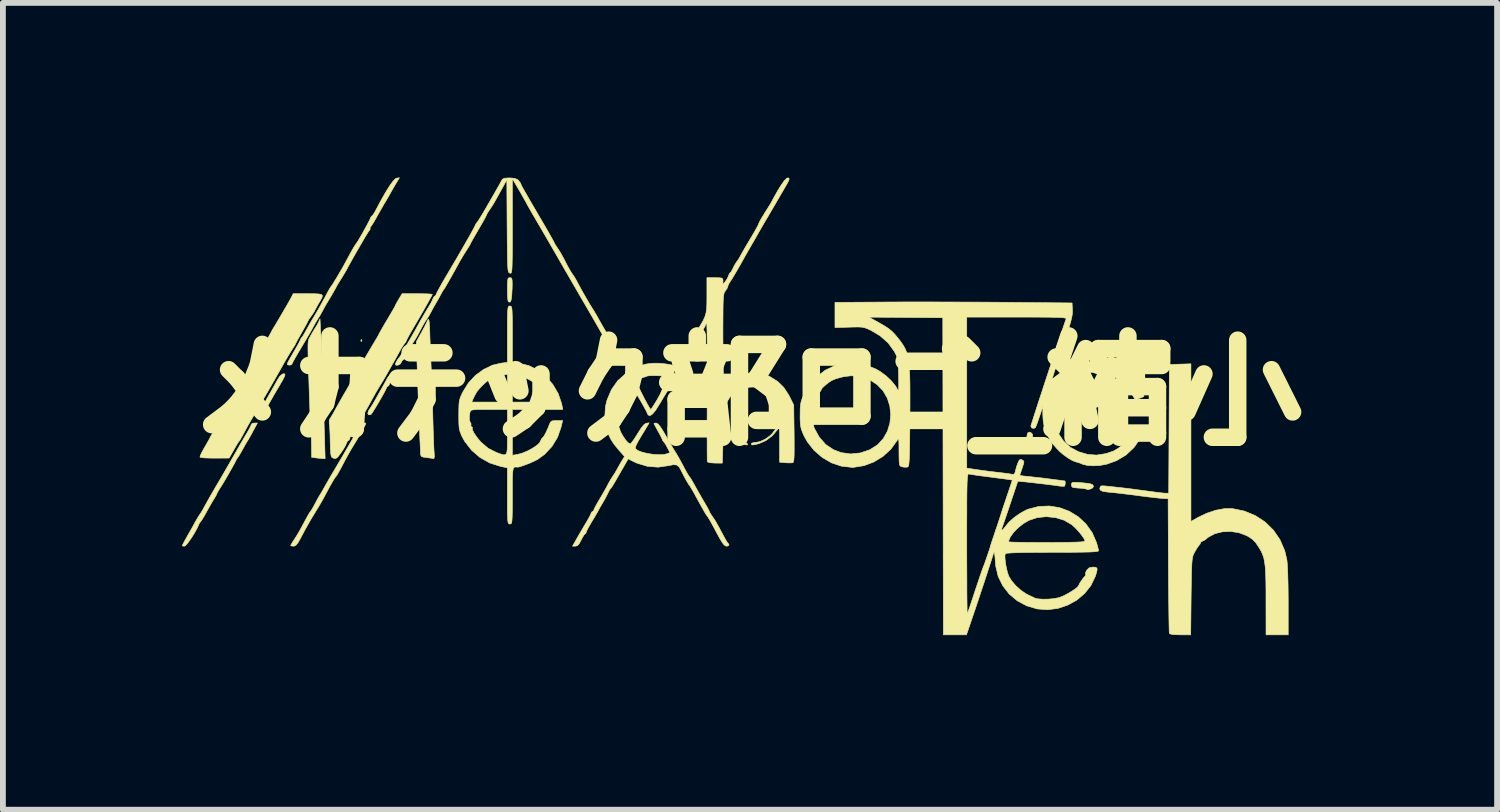
<source format=kicad_pcb>
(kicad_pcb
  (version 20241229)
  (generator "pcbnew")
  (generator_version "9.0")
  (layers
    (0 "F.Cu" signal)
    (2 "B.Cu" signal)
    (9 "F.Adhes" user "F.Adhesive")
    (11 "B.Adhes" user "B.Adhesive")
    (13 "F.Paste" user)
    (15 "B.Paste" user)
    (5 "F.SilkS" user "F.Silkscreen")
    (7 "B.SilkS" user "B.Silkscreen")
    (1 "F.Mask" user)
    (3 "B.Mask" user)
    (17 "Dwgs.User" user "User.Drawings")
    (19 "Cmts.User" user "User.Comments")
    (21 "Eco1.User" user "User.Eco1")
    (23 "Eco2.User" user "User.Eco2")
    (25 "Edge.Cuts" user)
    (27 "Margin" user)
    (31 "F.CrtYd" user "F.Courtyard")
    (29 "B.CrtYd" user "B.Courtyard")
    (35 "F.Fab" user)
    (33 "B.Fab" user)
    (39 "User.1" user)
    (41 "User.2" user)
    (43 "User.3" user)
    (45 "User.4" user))
  (footprint "メカテック部ロゴ_縮小"
    (layer "F.Cu")
    (at 9.841 3.776)
    (property "Reference" "メカテック部ロゴ_縮小" (at 0 0 0) (layer "F.SilkS") (effects (font (size 1.524 1.524) (thickness 0.3))))
    (attr through_hole)
    (fp_poly (pts (xy -6.675 -0.988) (xy -6.672 -0.963) (xy -6.675 -0.96) (xy -6.687 -0.962) (xy -6.689 -0.974) (xy -6.681 -0.991) (xy -6.675 -0.988)) (stroke (width 0.01) (type solid)) (fill yes) (layer "F.SilkS"))
    (fp_poly (pts (xy -0.178 0.749) (xy -0.131 0.765) (xy -0.093 0.775) (xy -0.055 0.791) (xy -0.042 0.807) (xy -0.046 0.82) (xy -0.065 0.821) (xy -0.11 0.81) (xy -0.143 0.799) (xy -0.189 0.779) (xy -0.211 0.759) (xy -0.212 0.757) (xy -0.196 0.746) (xy -0.178 0.749)) (stroke (width 0.01) (type solid)) (fill yes) (layer "F.SilkS"))
    (fp_poly (pts (xy -4.107 -2.051) (xy -4.095 -2.038) (xy -4.089 -2.007) (xy -4.087 -1.95) (xy -4.089 -1.859) (xy -4.09 -1.849) (xy -4.096 -1.738) (xy -4.107 -1.667) (xy -4.123 -1.634) (xy -4.147 -1.636) (xy -4.155 -1.644) (xy -4.162 -1.67) (xy -4.167 -1.728) (xy -4.169 -1.809) (xy -4.17 -1.856) (xy -4.169 -1.948) (xy -4.166 -2.006) (xy -4.159 -2.038) (xy -4.146 -2.051) (xy -4.127 -2.053) (xy -4.107 -2.051)) (stroke (width 0.01) (type solid)) (fill yes) (layer "F.SilkS"))
    (fp_poly (pts (xy 4.84 0.619) (xy 4.855 0.64) (xy 4.858 0.67) (xy 4.847 0.718) (xy 4.825 0.785) (xy 4.795 0.871) (xy 4.774 0.924) (xy 4.755 0.951) (xy 4.736 0.96) (xy 4.715 0.957) (xy 4.69 0.949) (xy 4.681 0.93) (xy 4.687 0.894) (xy 4.708 0.83) (xy 4.72 0.799) (xy 4.744 0.731) (xy 4.759 0.675) (xy 4.762 0.652) (xy 4.776 0.61) (xy 4.81 0.601) (xy 4.84 0.619)) (stroke (width 0.01) (type solid)) (fill yes) (layer "F.SilkS"))
    (fp_poly (pts (xy 5.628 1.465) (xy 5.681 1.469) (xy 5.784 1.479) (xy 5.851 1.49) (xy 5.889 1.506) (xy 5.902 1.527) (xy 5.901 1.543) (xy 5.878 1.567) (xy 5.835 1.584) (xy 5.793 1.587) (xy 5.777 1.579) (xy 5.752 1.573) (xy 5.698 1.566) (xy 5.646 1.563) (xy 5.577 1.557) (xy 5.541 1.548) (xy 5.527 1.53) (xy 5.524 1.507) (xy 5.526 1.482) (xy 5.538 1.468) (xy 5.569 1.463) (xy 5.628 1.465)) (stroke (width 0.01) (type solid)) (fill yes) (layer "F.SilkS"))
    (fp_poly (pts (xy -6.149 -0.318) (xy -6.18 -0.263) (xy -6.199 -0.222) (xy -6.202 -0.212) (xy -6.217 -0.191) (xy -6.222 -0.191) (xy -6.242 -0.173) (xy -6.256 -0.143) (xy -6.272 -0.108) (xy -6.304 -0.049) (xy -6.347 0.027) (xy -6.394 0.108) (xy -6.441 0.186) (xy -6.481 0.25) (xy -6.509 0.291) (xy -6.516 0.299) (xy -6.546 0.305) (xy -6.555 0.303) (xy -6.57 0.279) (xy -6.558 0.235) (xy -6.529 0.191) (xy -6.506 0.156) (xy -6.471 0.098) (xy -6.433 0.032) (xy -6.388 -0.049) (xy -6.343 -0.129) (xy -6.314 -0.18) (xy -6.275 -0.25) (xy -6.238 -0.319) (xy -6.23 -0.333) (xy -6.189 -0.387) (xy -6.145 -0.402) (xy -6.095 -0.402) (xy -6.149 -0.318)) (stroke (width 0.01) (type solid)) (fill yes) (layer "F.SilkS"))
    (fp_poly (pts (xy -7.997 -0.399) (xy -7.992 -0.384) (xy -8.003 -0.352) (xy -8.031 -0.298) (xy -8.078 -0.215) (xy -8.096 -0.185) (xy -8.142 -0.107) (xy -8.183 -0.037) (xy -8.211 0.013) (xy -8.213 0.016) (xy -8.238 0.059) (xy -8.272 0.119) (xy -8.309 0.183) (xy -8.342 0.241) (xy -8.366 0.281) (xy -8.372 0.292) (xy -8.394 0.3) (xy -8.42 0.306) (xy -8.452 0.305) (xy -8.452 0.281) (xy -8.452 0.279) (xy -8.427 0.231) (xy -8.413 0.212) (xy -8.389 0.176) (xy -8.354 0.118) (xy -8.33 0.074) (xy -8.284 -0.01) (xy -8.232 -0.101) (xy -8.211 -0.138) (xy -8.174 -0.204) (xy -8.142 -0.261) (xy -8.129 -0.286) (xy -8.084 -0.358) (xy -8.037 -0.397) (xy -8.015 -0.402) (xy -7.997 -0.399)) (stroke (width 0.01) (type solid)) (fill yes) (layer "F.SilkS"))
    (fp_poly (pts (xy -5.52 -1.327) (xy -5.513 -1.28) (xy -5.508 -1.21) (xy -5.508 -1.2) (xy -5.505 -1.133) (xy -5.502 -1.033) (xy -5.497 -0.908) (xy -5.491 -0.767) (xy -5.485 -0.618) (xy -5.483 -0.561) (xy -5.475 -0.38) (xy -5.468 -0.176) (xy -5.461 0.036) (xy -5.454 0.238) (xy -5.45 0.402) (xy -5.446 0.546) (xy -5.441 0.68) (xy -5.437 0.798) (xy -5.433 0.892) (xy -5.429 0.954) (xy -5.428 0.968) (xy -5.426 1.022) (xy -5.431 1.052) (xy -5.435 1.055) (xy -5.463 1.051) (xy -5.519 1.044) (xy -5.556 1.039) (xy -5.619 1.03) (xy -5.65 1.017) (xy -5.662 0.99) (xy -5.664 0.953) (xy -5.666 0.904) (xy -5.669 0.824) (xy -5.674 0.722) (xy -5.679 0.608) (xy -5.68 0.582) (xy -5.69 0.346) (xy -5.7 0.074) (xy -5.711 -0.228) (xy -5.722 -0.555) (xy -5.726 -0.662) (xy -5.735 -0.954) (xy -5.64 -1.125) (xy -5.599 -1.202) (xy -5.567 -1.265) (xy -5.548 -1.305) (xy -5.546 -1.314) (xy -5.531 -1.34) (xy -5.529 -1.341) (xy -5.52 -1.327)) (stroke (width 0.01) (type solid)) (fill yes) (layer "F.SilkS"))
    (fp_poly (pts (xy -7.388 -1.291) (xy -7.386 -1.244) (xy -7.382 -1.17) (xy -7.377 -1.085) (xy -7.377 -1.079) (xy -7.37 -0.955) (xy -7.364 -0.831) (xy -7.359 -0.702) (xy -7.353 -0.562) (xy -7.347 -0.409) (xy -7.341 -0.236) (xy -7.335 -0.039) (xy -7.328 0.187) (xy -7.321 0.446) (xy -7.313 0.704) (xy -7.303 1.058) (xy -7.35 1.055) (xy -7.406 1.05) (xy -7.467 1.043) (xy -7.535 1.034) (xy -7.537 0.861) (xy -7.538 0.771) (xy -7.541 0.689) (xy -7.545 0.631) (xy -7.546 0.624) (xy -7.549 0.582) (xy -7.553 0.506) (xy -7.558 0.405) (xy -7.563 0.289) (xy -7.565 0.222) (xy -7.574 -0.03) (xy -7.581 -0.244) (xy -7.587 -0.422) (xy -7.592 -0.568) (xy -7.595 -0.686) (xy -7.597 -0.779) (xy -7.598 -0.85) (xy -7.597 -0.903) (xy -7.595 -0.941) (xy -7.591 -0.969) (xy -7.587 -0.988) (xy -7.58 -1.003) (xy -7.573 -1.018) (xy -7.565 -1.032) (xy -7.527 -1.101) (xy -7.488 -1.166) (xy -7.483 -1.174) (xy -7.445 -1.234) (xy -7.415 -1.29) (xy -7.415 -1.29) (xy -7.391 -1.344) (xy -7.388 -1.291)) (stroke (width 0.01) (type solid)) (fill yes) (layer "F.SilkS"))
    (fp_poly (pts (xy -6.604 0.454) (xy -6.614 0.478) (xy -6.641 0.53) (xy -6.679 0.6) (xy -6.724 0.678) (xy -6.77 0.756) (xy -6.812 0.824) (xy -6.812 0.825) (xy -6.855 0.895) (xy -6.908 0.988) (xy -6.963 1.089) (xy -6.991 1.142) (xy -7.035 1.226) (xy -7.073 1.294) (xy -7.1 1.34) (xy -7.11 1.355) (xy -7.134 1.384) (xy -7.173 1.447) (xy -7.226 1.54) (xy -7.288 1.656) (xy -7.291 1.662) (xy -7.343 1.759) (xy -7.404 1.865) (xy -7.454 1.947) (xy -7.555 2.113) (xy -7.65 2.282) (xy -7.728 2.429) (xy -7.77 2.502) (xy -7.803 2.544) (xy -7.833 2.56) (xy -7.846 2.561) (xy -7.884 2.557) (xy -7.895 2.55) (xy -7.884 2.526) (xy -7.858 2.484) (xy -7.856 2.481) (xy -7.796 2.389) (xy -7.73 2.277) (xy -7.654 2.135) (xy -7.65 2.127) (xy -7.611 2.056) (xy -7.58 2.001) (xy -7.56 1.971) (xy -7.558 1.968) (xy -7.541 1.946) (xy -7.511 1.896) (xy -7.475 1.829) (xy -7.47 1.82) (xy -7.434 1.752) (xy -7.404 1.699) (xy -7.388 1.673) (xy -7.387 1.672) (xy -7.372 1.649) (xy -7.345 1.601) (xy -7.332 1.577) (xy -7.306 1.532) (xy -7.264 1.458) (xy -7.209 1.362) (xy -7.144 1.253) (xy -7.079 1.143) (xy -7.01 1.026) (xy -6.945 0.913) (xy -6.887 0.814) (xy -6.843 0.736) (xy -6.817 0.689) (xy -6.782 0.625) (xy -6.751 0.575) (xy -6.738 0.556) (xy -6.71 0.513) (xy -6.699 0.487) (xy -6.678 0.462) (xy -6.644 0.445) (xy -6.614 0.442) (xy -6.604 0.454)) (stroke (width 0.01) (type solid)) (fill yes) (layer "F.SilkS"))
    (fp_poly (pts (xy -8.544 0.587) (xy -8.583 0.659) (xy -8.615 0.716) (xy -8.635 0.749) (xy -8.637 0.751) (xy -8.655 0.78) (xy -8.686 0.834) (xy -8.722 0.9) (xy -8.759 0.965) (xy -8.788 1.014) (xy -8.804 1.037) (xy -8.822 1.062) (xy -8.842 1.101) (xy -8.866 1.148) (xy -8.903 1.214) (xy -8.935 1.27) (xy -8.974 1.339) (xy -9.008 1.398) (xy -9.026 1.429) (xy -9.052 1.472) (xy -9.089 1.532) (xy -9.108 1.561) (xy -9.141 1.614) (xy -9.161 1.652) (xy -9.165 1.662) (xy -9.175 1.685) (xy -9.201 1.73) (xy -9.215 1.752) (xy -9.25 1.81) (xy -9.296 1.89) (xy -9.342 1.973) (xy -9.345 1.979) (xy -9.385 2.05) (xy -9.419 2.106) (xy -9.44 2.136) (xy -9.443 2.138) (xy -9.463 2.165) (xy -9.476 2.193) (xy -9.507 2.26) (xy -9.549 2.336) (xy -9.597 2.413) (xy -9.645 2.482) (xy -9.686 2.534) (xy -9.716 2.56) (xy -9.721 2.561) (xy -9.752 2.558) (xy -9.758 2.554) (xy -9.748 2.53) (xy -9.72 2.476) (xy -9.679 2.402) (xy -9.643 2.339) (xy -9.603 2.269) (xy -9.558 2.187) (xy -9.537 2.148) (xy -9.5 2.084) (xy -9.468 2.032) (xy -9.453 2.011) (xy -9.424 1.967) (xy -9.401 1.926) (xy -9.372 1.872) (xy -9.327 1.791) (xy -9.264 1.68) (xy -9.181 1.537) (xy -9.112 1.42) (xy -9.057 1.326) (xy -9.006 1.237) (xy -8.964 1.165) (xy -8.941 1.125) (xy -8.9 1.053) (xy -8.856 0.977) (xy -8.851 0.968) (xy -8.809 0.894) (xy -8.766 0.818) (xy -8.761 0.81) (xy -8.725 0.747) (xy -8.679 0.669) (xy -8.644 0.611) (xy -8.607 0.546) (xy -8.581 0.495) (xy -8.572 0.468) (xy -8.554 0.45) (xy -8.52 0.445) (xy -8.467 0.445) (xy -8.544 0.587)) (stroke (width 0.01) (type solid)) (fill yes) (layer "F.SilkS"))
    (fp_poly (pts (xy -5.621 -1.777) (xy -5.54 -1.775) (xy -5.483 -1.771) (xy -5.461 -1.767) (xy -5.461 -1.767) (xy -5.471 -1.743) (xy -5.501 -1.688) (xy -5.548 -1.604) (xy -5.608 -1.498) (xy -5.681 -1.371) (xy -5.763 -1.231) (xy -5.782 -1.198) (xy -5.831 -1.114) (xy -5.871 -1.043) (xy -5.897 -0.993) (xy -5.905 -0.972) (xy -5.919 -0.945) (xy -5.933 -0.928) (xy -5.96 -0.891) (xy -5.994 -0.837) (xy -6.002 -0.824) (xy -6.041 -0.753) (xy -6.089 -0.666) (xy -6.142 -0.573) (xy -6.194 -0.481) (xy -6.24 -0.4) (xy -6.275 -0.339) (xy -6.293 -0.308) (xy -6.353 -0.21) (xy -6.397 -0.137) (xy -6.432 -0.078) (xy -6.463 -0.023) (xy -6.498 0.04) (xy -6.533 0.106) (xy -6.573 0.177) (xy -6.612 0.244) (xy -6.625 0.265) (xy -6.673 0.344) (xy -6.731 0.447) (xy -6.785 0.55) (xy -6.817 0.606) (xy -6.847 0.648) (xy -6.851 0.652) (xy -6.875 0.692) (xy -6.879 0.711) (xy -6.89 0.738) (xy -6.899 0.741) (xy -6.92 0.758) (xy -6.934 0.788) (xy -6.954 0.834) (xy -6.99 0.896) (xy -7.033 0.96) (xy -7.073 1.014) (xy -7.1 1.042) (xy -7.126 1.055) (xy -7.155 1.05) (xy -7.177 1.041) (xy -7.192 1.028) (xy -7.202 0.999) (xy -7.209 0.948) (xy -7.213 0.867) (xy -7.216 0.762) (xy -7.218 0.656) (xy -7.222 0.562) (xy -7.227 0.49) (xy -7.232 0.45) (xy -7.232 0.45) (xy -7.233 0.401) (xy -7.223 0.375) (xy -7.202 0.344) (xy -7.169 0.288) (xy -7.139 0.233) (xy -7.094 0.152) (xy -7.04 0.056) (xy -6.996 -0.021) (xy -6.949 -0.102) (xy -6.904 -0.18) (xy -6.871 -0.237) (xy -6.814 -0.337) (xy -6.749 -0.449) (xy -6.681 -0.566) (xy -6.614 -0.681) (xy -6.551 -0.787) (xy -6.498 -0.878) (xy -6.456 -0.947) (xy -6.432 -0.988) (xy -6.43 -0.991) (xy -6.397 -1.046) (xy -6.374 -1.091) (xy -6.355 -1.126) (xy -6.32 -1.188) (xy -6.274 -1.268) (xy -6.225 -1.349) (xy -6.175 -1.434) (xy -6.134 -1.505) (xy -6.106 -1.554) (xy -6.096 -1.575) (xy -6.086 -1.598) (xy -6.06 -1.644) (xy -6.038 -1.682) (xy -5.98 -1.778) (xy -5.72 -1.778) (xy -5.621 -1.777)) (stroke (width 0.01) (type solid)) (fill yes) (layer "F.SilkS"))
    (fp_poly (pts (xy 7.578 2.136) (xy 7.699 2.067) (xy 7.85 1.995) (xy 8.006 1.943) (xy 8.155 1.916) (xy 8.284 1.914) (xy 8.494 1.957) (xy 8.685 2.036) (xy 8.853 2.146) (xy 8.996 2.286) (xy 9.109 2.451) (xy 9.19 2.639) (xy 9.227 2.796) (xy 9.233 2.855) (xy 9.239 2.949) (xy 9.243 3.07) (xy 9.247 3.212) (xy 9.249 3.367) (xy 9.25 3.51) (xy 9.25 4.085) (xy 8.869 4.085) (xy 8.868 3.53) (xy 8.868 3.327) (xy 8.866 3.161) (xy 8.862 3.027) (xy 8.855 2.919) (xy 8.844 2.833) (xy 8.83 2.762) (xy 8.81 2.703) (xy 8.785 2.648) (xy 8.754 2.594) (xy 8.745 2.58) (xy 8.69 2.499) (xy 8.636 2.444) (xy 8.57 2.399) (xy 8.534 2.379) (xy 8.403 2.33) (xy 8.261 2.308) (xy 8.12 2.314) (xy 7.99 2.346) (xy 7.88 2.404) (xy 7.852 2.427) (xy 7.808 2.461) (xy 7.774 2.476) (xy 7.772 2.477) (xy 7.749 2.489) (xy 7.747 2.496) (xy 7.734 2.526) (xy 7.718 2.545) (xy 7.691 2.581) (xy 7.656 2.638) (xy 7.639 2.668) (xy 7.625 2.696) (xy 7.614 2.723) (xy 7.605 2.756) (xy 7.599 2.799) (xy 7.594 2.857) (xy 7.59 2.935) (xy 7.587 3.038) (xy 7.585 3.172) (xy 7.582 3.34) (xy 7.581 3.424) (xy 7.574 4.085) (xy 7.395 4.085) (xy 7.294 4.082) (xy 7.233 4.074) (xy 7.207 4.06) (xy 7.207 4.059) (xy 7.205 4.033) (xy 7.203 3.969) (xy 7.201 3.871) (xy 7.199 3.742) (xy 7.197 3.587) (xy 7.195 3.409) (xy 7.193 3.213) (xy 7.192 3.002) (xy 7.191 2.889) (xy 7.186 1.746) (xy 7.091 1.741) (xy 7.035 1.736) (xy 6.948 1.726) (xy 6.84 1.714) (xy 6.723 1.699) (xy 6.689 1.694) (xy 6.564 1.678) (xy 6.44 1.663) (xy 6.33 1.65) (xy 6.246 1.641) (xy 6.234 1.64) (xy 6.134 1.63) (xy 6.069 1.62) (xy 6.031 1.606) (xy 6.015 1.587) (xy 6.011 1.565) (xy 6.027 1.53) (xy 6.048 1.524) (xy 6.096 1.526) (xy 6.178 1.534) (xy 6.286 1.546) (xy 6.413 1.56) (xy 6.551 1.577) (xy 6.693 1.596) (xy 6.799 1.61) (xy 6.91 1.625) (xy 7.009 1.638) (xy 7.088 1.647) (xy 7.137 1.651) (xy 7.143 1.651) (xy 7.196 1.651) (xy 7.202 0.545) (xy 7.207 -0.561) (xy 7.578 -0.573) (xy 7.578 2.136)) (stroke (width 0.01) (type solid)) (fill yes) (layer "F.SilkS"))
    (fp_poly (pts (xy -6.075 -3.69) (xy -6.119 -3.616) (xy -6.164 -3.537) (xy -6.171 -3.524) (xy -6.207 -3.46) (xy -6.254 -3.379) (xy -6.294 -3.313) (xy -6.343 -3.227) (xy -6.394 -3.138) (xy -6.426 -3.08) (xy -6.463 -3.014) (xy -6.498 -2.959) (xy -6.514 -2.937) (xy -6.533 -2.909) (xy -6.53 -2.9) (xy -6.528 -2.887) (xy -6.545 -2.863) (xy -6.565 -2.835) (xy -6.6 -2.778) (xy -6.647 -2.699) (xy -6.701 -2.606) (xy -6.758 -2.508) (xy -6.814 -2.41) (xy -6.863 -2.322) (xy -6.902 -2.252) (xy -6.926 -2.205) (xy -6.928 -2.201) (xy -6.946 -2.169) (xy -6.98 -2.112) (xy -7.022 -2.043) (xy -7.027 -2.035) (xy -7.068 -1.97) (xy -7.098 -1.92) (xy -7.112 -1.895) (xy -7.112 -1.893) (xy -7.123 -1.872) (xy -7.153 -1.819) (xy -7.2 -1.738) (xy -7.262 -1.634) (xy -7.296 -1.577) (xy -7.324 -1.527) (xy -7.354 -1.471) (xy -7.39 -1.406) (xy -7.429 -1.344) (xy -7.468 -1.28) (xy -7.506 -1.21) (xy -7.508 -1.206) (xy -7.532 -1.162) (xy -7.573 -1.09) (xy -7.626 -0.999) (xy -7.686 -0.898) (xy -7.71 -0.858) (xy -7.767 -0.762) (xy -7.816 -0.678) (xy -7.852 -0.613) (xy -7.871 -0.575) (xy -7.874 -0.567) (xy -7.892 -0.554) (xy -7.919 -0.55) (xy -7.951 -0.559) (xy -7.951 -0.583) (xy -7.935 -0.614) (xy -7.903 -0.672) (xy -7.86 -0.747) (xy -7.832 -0.795) (xy -7.787 -0.873) (xy -7.751 -0.939) (xy -7.73 -0.982) (xy -7.726 -0.994) (xy -7.711 -1.019) (xy -7.71 -1.02) (xy -7.692 -1.041) (xy -7.663 -1.088) (xy -7.632 -1.143) (xy -7.588 -1.223) (xy -7.534 -1.318) (xy -7.486 -1.397) (xy -7.436 -1.482) (xy -7.377 -1.586) (xy -7.321 -1.689) (xy -7.307 -1.714) (xy -7.265 -1.793) (xy -7.23 -1.857) (xy -7.205 -1.896) (xy -7.199 -1.905) (xy -7.181 -1.928) (xy -7.149 -1.98) (xy -7.105 -2.052) (xy -7.056 -2.136) (xy -7.005 -2.223) (xy -6.959 -2.306) (xy -6.943 -2.336) (xy -6.869 -2.473) (xy -6.813 -2.572) (xy -6.773 -2.634) (xy -6.764 -2.646) (xy -6.74 -2.681) (xy -6.705 -2.741) (xy -6.662 -2.815) (xy -6.617 -2.896) (xy -6.575 -2.973) (xy -6.542 -3.037) (xy -6.522 -3.08) (xy -6.519 -3.09) (xy -6.506 -3.111) (xy -6.502 -3.111) (xy -6.483 -3.129) (xy -6.454 -3.174) (xy -6.427 -3.223) (xy -6.342 -3.383) (xy -6.264 -3.52) (xy -6.196 -3.629) (xy -6.139 -3.708) (xy -6.095 -3.754) (xy -6.075 -3.764) (xy -6.026 -3.771) (xy -6.075 -3.69)) (stroke (width 0.01) (type solid)) (fill yes) (layer "F.SilkS"))
    (fp_poly (pts (xy -7.484 -1.777) (xy -7.408 -1.773) (xy -7.364 -1.763) (xy -7.349 -1.743) (xy -7.358 -1.71) (xy -7.385 -1.66) (xy -7.397 -1.64) (xy -7.434 -1.577) (xy -7.464 -1.521) (xy -7.471 -1.507) (xy -7.499 -1.457) (xy -7.538 -1.399) (xy -7.546 -1.388) (xy -7.579 -1.342) (xy -7.597 -1.311) (xy -7.599 -1.307) (xy -7.609 -1.284) (xy -7.636 -1.234) (xy -7.675 -1.164) (xy -7.705 -1.111) (xy -7.749 -1.033) (xy -7.785 -0.969) (xy -7.806 -0.928) (xy -7.811 -0.917) (xy -7.822 -0.894) (xy -7.849 -0.852) (xy -7.854 -0.845) (xy -7.882 -0.801) (xy -7.925 -0.731) (xy -7.976 -0.645) (xy -8.021 -0.566) (xy -8.088 -0.447) (xy -8.157 -0.326) (xy -8.224 -0.209) (xy -8.284 -0.104) (xy -8.334 -0.018) (xy -8.368 0.04) (xy -8.376 0.053) (xy -8.406 0.108) (xy -8.424 0.144) (xy -8.449 0.191) (xy -8.487 0.253) (xy -8.506 0.282) (xy -8.548 0.347) (xy -8.597 0.431) (xy -8.643 0.512) (xy -8.697 0.612) (xy -8.734 0.681) (xy -8.759 0.725) (xy -8.775 0.75) (xy -8.785 0.762) (xy -8.786 0.762) (xy -8.801 0.784) (xy -8.831 0.834) (xy -8.869 0.9) (xy -8.875 0.91) (xy -8.952 1.047) (xy -9.197 1.048) (xy -9.295 1.047) (xy -9.376 1.044) (xy -9.432 1.038) (xy -9.454 1.032) (xy -9.449 1.006) (xy -9.426 0.955) (xy -9.39 0.889) (xy -9.38 0.872) (xy -9.335 0.795) (xy -9.296 0.725) (xy -9.271 0.676) (xy -9.269 0.672) (xy -9.245 0.631) (xy -9.225 0.614) (xy -9.208 0.597) (xy -9.207 0.591) (xy -9.197 0.564) (xy -9.17 0.51) (xy -9.13 0.438) (xy -9.102 0.39) (xy -9.057 0.312) (xy -9.021 0.25) (xy -9 0.21) (xy -8.996 0.2) (xy -8.985 0.178) (xy -8.958 0.133) (xy -8.938 0.1) (xy -8.867 -0.013) (xy -8.806 -0.121) (xy -8.761 -0.21) (xy -8.758 -0.217) (xy -8.735 -0.258) (xy -8.716 -0.275) (xy -8.701 -0.292) (xy -8.7 -0.304) (xy -8.685 -0.343) (xy -8.673 -0.356) (xy -8.649 -0.386) (xy -8.616 -0.441) (xy -8.593 -0.485) (xy -8.562 -0.543) (xy -8.536 -0.582) (xy -8.525 -0.592) (xy -8.51 -0.61) (xy -8.509 -0.62) (xy -8.499 -0.648) (xy -8.47 -0.704) (xy -8.428 -0.778) (xy -8.387 -0.848) (xy -8.335 -0.935) (xy -8.288 -1.013) (xy -8.254 -1.074) (xy -8.239 -1.101) (xy -8.212 -1.152) (xy -8.193 -1.185) (xy -8.16 -1.239) (xy -8.115 -1.315) (xy -8.062 -1.404) (xy -8.008 -1.498) (xy -7.957 -1.585) (xy -7.916 -1.657) (xy -7.89 -1.704) (xy -7.887 -1.709) (xy -7.852 -1.778) (xy -7.598 -1.778) (xy -7.484 -1.777)) (stroke (width 0.01) (type solid)) (fill yes) (layer "F.SilkS"))
    (fp_poly (pts (xy -4.114 -1.565) (xy -4.104 -1.557) (xy -4.096 -1.537) (xy -4.091 -1.501) (xy -4.088 -1.444) (xy -4.086 -1.359) (xy -4.085 -1.243) (xy -4.085 -1.089) (xy -4.085 -0.598) (xy -3.964 -0.582) (xy -3.8 -0.541) (xy -3.646 -0.464) (xy -3.507 -0.354) (xy -3.39 -0.219) (xy -3.298 -0.063) (xy -3.239 0.108) (xy -3.232 0.143) (xy -3.218 0.212) (xy -4.085 0.212) (xy -4.085 0.999) (xy -3.995 0.984) (xy -3.914 0.962) (xy -3.826 0.926) (xy -3.742 0.881) (xy -3.669 0.833) (xy -3.619 0.787) (xy -3.598 0.748) (xy -3.598 0.747) (xy -3.583 0.714) (xy -3.572 0.705) (xy -3.542 0.671) (xy -3.506 0.605) (xy -3.466 0.515) (xy -3.449 0.471) (xy -3.43 0.429) (xy -3.405 0.409) (xy -3.359 0.403) (xy -3.323 0.402) (xy -3.221 0.402) (xy -3.248 0.516) (xy -3.308 0.689) (xy -3.404 0.847) (xy -3.529 0.981) (xy -3.652 1.071) (xy -3.708 1.099) (xy -3.781 1.132) (xy -3.859 1.162) (xy -3.929 1.187) (xy -3.98 1.202) (xy -3.997 1.203) (xy -4.025 1.2) (xy -4.046 1.202) (xy -4.062 1.213) (xy -4.072 1.24) (xy -4.079 1.286) (xy -4.083 1.356) (xy -4.085 1.457) (xy -4.085 1.591) (xy -4.085 1.693) (xy -4.085 1.849) (xy -4.086 1.967) (xy -4.088 2.053) (xy -4.091 2.113) (xy -4.096 2.15) (xy -4.103 2.17) (xy -4.113 2.178) (xy -4.127 2.18) (xy -4.128 2.18) (xy -4.141 2.179) (xy -4.151 2.171) (xy -4.159 2.151) (xy -4.164 2.115) (xy -4.167 2.057) (xy -4.169 1.972) (xy -4.17 1.856) (xy -4.17 1.702) (xy -4.17 1.215) (xy -4.292 1.189) (xy -4.474 1.131) (xy -4.641 1.037) (xy -4.786 0.912) (xy -4.902 0.763) (xy -4.944 0.688) (xy -4.97 0.631) (xy -4.988 0.581) (xy -4.999 0.528) (xy -5.004 0.461) (xy -5.006 0.368) (xy -5.006 0.327) (xy -4.824 0.327) (xy -4.823 0.388) (xy -4.811 0.428) (xy -4.806 0.433) (xy -4.794 0.461) (xy -4.797 0.477) (xy -4.796 0.504) (xy -4.785 0.508) (xy -4.77 0.521) (xy -4.774 0.53) (xy -4.771 0.562) (xy -4.745 0.615) (xy -4.701 0.68) (xy -4.646 0.749) (xy -4.622 0.776) (xy -4.498 0.881) (xy -4.354 0.953) (xy -4.339 0.958) (xy -4.281 0.979) (xy -4.238 0.991) (xy -4.207 0.99) (xy -4.188 0.972) (xy -4.176 0.93) (xy -4.171 0.861) (xy -4.17 0.76) (xy -4.17 0.622) (xy -4.17 0.603) (xy -4.17 0.212) (xy -4.485 0.212) (xy -4.606 0.212) (xy -4.692 0.213) (xy -4.749 0.217) (xy -4.783 0.223) (xy -4.801 0.233) (xy -4.809 0.249) (xy -4.813 0.259) (xy -4.824 0.327) (xy -5.006 0.327) (xy -5.006 0.306) (xy -5.005 0.197) (xy -5.002 0.119) (xy -4.998 0.085) (xy -4.783 0.085) (xy -4.17 0.085) (xy -4.17 -0.147) (xy -4.085 -0.147) (xy -4.085 0.085) (xy -3.778 0.085) (xy -3.67 0.084) (xy -3.578 0.082) (xy -3.511 0.079) (xy -3.475 0.075) (xy -3.471 0.073) (xy -3.484 0.031) (xy -3.519 -0.032) (xy -3.566 -0.102) (xy -3.62 -0.168) (xy -3.656 -0.206) (xy -3.715 -0.251) (xy -3.791 -0.298) (xy -3.873 -0.339) (xy -3.952 -0.373) (xy -4.017 -0.392) (xy -4.059 -0.394) (xy -4.063 -0.392) (xy -4.073 -0.366) (xy -4.08 -0.304) (xy -4.084 -0.215) (xy -4.085 -0.147) (xy -4.17 -0.147) (xy -4.17 -0.396) (xy -4.274 -0.369) (xy -4.346 -0.347) (xy -4.408 -0.324) (xy -4.427 -0.315) (xy -4.468 -0.295) (xy -4.489 -0.291) (xy -4.512 -0.279) (xy -4.553 -0.245) (xy -4.602 -0.198) (xy -4.651 -0.147) (xy -4.689 -0.101) (xy -4.7 -0.085) (xy -4.734 -0.023) (xy -4.758 0.026) (xy -4.783 0.085) (xy -4.998 0.085) (xy -4.995 0.06) (xy -4.981 0.01) (xy -4.958 -0.044) (xy -4.935 -0.091) (xy -4.841 -0.243) (xy -4.719 -0.374) (xy -4.577 -0.478) (xy -4.424 -0.55) (xy -4.286 -0.583) (xy -4.17 -0.598) (xy -4.17 -1.082) (xy -4.17 -1.237) (xy -4.169 -1.355) (xy -4.167 -1.441) (xy -4.164 -1.5) (xy -4.159 -1.536) (xy -4.152 -1.556) (xy -4.142 -1.565) (xy -4.128 -1.566) (xy -4.128 -1.566) (xy -4.114 -1.565)) (stroke (width 0.01) (type solid)) (fill yes) (layer "F.SilkS"))
    (fp_poly (pts (xy -4.048 -3.761) (xy -3.992 -3.738) (xy -3.952 -3.69) (xy -3.937 -3.658) (xy -3.929 -3.641) (xy -3.92 -3.622) (xy -3.907 -3.597) (xy -3.887 -3.562) (xy -3.859 -3.513) (xy -3.82 -3.445) (xy -3.768 -3.355) (xy -3.699 -3.237) (xy -3.612 -3.088) (xy -3.591 -3.053) (xy -3.524 -2.938) (xy -3.465 -2.836) (xy -3.417 -2.751) (xy -3.383 -2.69) (xy -3.367 -2.658) (xy -3.365 -2.655) (xy -3.354 -2.631) (xy -3.326 -2.588) (xy -3.318 -2.576) (xy -3.266 -2.497) (xy -3.205 -2.388) (xy -3.135 -2.253) (xy -3.098 -2.186) (xy -3.061 -2.127) (xy -3.052 -2.115) (xy -3.013 -2.057) (xy -2.981 -2) (xy -2.951 -1.943) (xy -2.908 -1.864) (xy -2.857 -1.773) (xy -2.804 -1.682) (xy -2.757 -1.601) (xy -2.72 -1.541) (xy -2.709 -1.523) (xy -2.675 -1.47) (xy -2.636 -1.403) (xy -2.626 -1.386) (xy -2.588 -1.317) (xy -2.542 -1.236) (xy -2.519 -1.196) (xy -2.471 -1.112) (xy -2.42 -1.021) (xy -2.4 -0.984) (xy -2.361 -0.913) (xy -2.309 -0.824) (xy -2.256 -0.735) (xy -2.251 -0.726) (xy -2.209 -0.656) (xy -2.177 -0.599) (xy -2.16 -0.567) (xy -2.159 -0.562) (xy -2.177 -0.552) (xy -2.196 -0.551) (xy -2.216 -0.557) (xy -2.241 -0.58) (xy -2.273 -0.624) (xy -2.318 -0.695) (xy -2.377 -0.797) (xy -2.392 -0.823) (xy -2.416 -0.865) (xy -2.455 -0.933) (xy -2.502 -1.015) (xy -2.527 -1.058) (xy -2.578 -1.146) (xy -2.625 -1.228) (xy -2.662 -1.292) (xy -2.673 -1.312) (xy -2.698 -1.355) (xy -2.739 -1.426) (xy -2.793 -1.519) (xy -2.855 -1.625) (xy -2.907 -1.714) (xy -2.98 -1.841) (xy -3.067 -1.991) (xy -3.16 -2.152) (xy -3.252 -2.311) (xy -3.329 -2.445) (xy -3.406 -2.578) (xy -3.484 -2.714) (xy -3.559 -2.842) (xy -3.624 -2.954) (xy -3.674 -3.039) (xy -3.679 -3.048) (xy -3.733 -3.14) (xy -3.783 -3.228) (xy -3.824 -3.3) (xy -3.842 -3.334) (xy -3.874 -3.391) (xy -3.919 -3.471) (xy -3.969 -3.559) (xy -3.986 -3.588) (xy -4.085 -3.757) (xy -4.085 -2.939) (xy -4.085 -2.731) (xy -4.085 -2.562) (xy -4.086 -2.428) (xy -4.088 -2.324) (xy -4.09 -2.248) (xy -4.093 -2.194) (xy -4.098 -2.159) (xy -4.103 -2.139) (xy -4.111 -2.131) (xy -4.12 -2.13) (xy -4.127 -2.132) (xy -4.138 -2.136) (xy -4.147 -2.145) (xy -4.154 -2.162) (xy -4.16 -2.192) (xy -4.164 -2.239) (xy -4.167 -2.307) (xy -4.169 -2.4) (xy -4.171 -2.521) (xy -4.173 -2.676) (xy -4.174 -2.868) (xy -4.175 -2.939) (xy -4.18 -3.736) (xy -4.265 -3.581) (xy -4.323 -3.477) (xy -4.365 -3.401) (xy -4.396 -3.346) (xy -4.422 -3.303) (xy -4.447 -3.265) (xy -4.472 -3.228) (xy -4.506 -3.176) (xy -4.527 -3.139) (xy -4.53 -3.13) (xy -4.54 -3.107) (xy -4.568 -3.055) (xy -4.609 -2.982) (xy -4.66 -2.894) (xy -4.667 -2.882) (xy -4.719 -2.793) (xy -4.762 -2.718) (xy -4.792 -2.665) (xy -4.805 -2.639) (xy -4.805 -2.638) (xy -4.816 -2.615) (xy -4.844 -2.57) (xy -4.867 -2.534) (xy -4.912 -2.464) (xy -4.963 -2.378) (xy -5 -2.314) (xy -5.065 -2.195) (xy -5.136 -2.068) (xy -5.203 -1.951) (xy -5.229 -1.905) (xy -5.255 -1.863) (xy -5.271 -1.841) (xy -5.288 -1.816) (xy -5.308 -1.778) (xy -5.334 -1.73) (xy -5.371 -1.663) (xy -5.397 -1.619) (xy -5.438 -1.548) (xy -5.474 -1.481) (xy -5.49 -1.45) (xy -5.526 -1.386) (xy -5.561 -1.333) (xy -5.591 -1.288) (xy -5.631 -1.219) (xy -5.671 -1.143) (xy -5.709 -1.07) (xy -5.744 -1.01) (xy -5.767 -0.974) (xy -5.767 -0.974) (xy -5.797 -0.929) (xy -5.807 -0.91) (xy -5.828 -0.871) (xy -5.86 -0.82) (xy -5.863 -0.815) (xy -5.9 -0.753) (xy -5.929 -0.693) (xy -5.95 -0.652) (xy -5.969 -0.635) (xy -5.987 -0.617) (xy -5.996 -0.593) (xy -6.016 -0.567) (xy -6.051 -0.55) (xy -6.083 -0.548) (xy -6.096 -0.562) (xy -6.086 -0.593) (xy -6.063 -0.636) (xy -6.039 -0.671) (xy -6.032 -0.677) (xy -6.014 -0.701) (xy -5.985 -0.749) (xy -5.972 -0.773) (xy -5.93 -0.848) (xy -5.884 -0.927) (xy -5.875 -0.942) (xy -5.843 -0.997) (xy -5.797 -1.077) (xy -5.745 -1.168) (xy -5.713 -1.227) (xy -5.659 -1.324) (xy -5.604 -1.419) (xy -5.556 -1.5) (xy -5.535 -1.534) (xy -5.495 -1.6) (xy -5.464 -1.659) (xy -5.452 -1.688) (xy -5.433 -1.725) (xy -5.417 -1.736) (xy -5.399 -1.752) (xy -5.397 -1.761) (xy -5.387 -1.786) (xy -5.358 -1.841) (xy -5.314 -1.921) (xy -5.258 -2.019) (xy -5.193 -2.13) (xy -5.183 -2.147) (xy -5.098 -2.29) (xy -5.015 -2.432) (xy -4.938 -2.566) (xy -4.868 -2.688) (xy -4.808 -2.793) (xy -4.762 -2.877) (xy -4.732 -2.934) (xy -4.72 -2.96) (xy -4.72 -2.96) (xy -4.708 -2.983) (xy -4.691 -3.004) (xy -4.669 -3.035) (xy -4.632 -3.094) (xy -4.584 -3.173) (xy -4.54 -3.249) (xy -4.483 -3.347) (xy -4.428 -3.442) (xy -4.381 -3.524) (xy -4.357 -3.567) (xy -4.318 -3.634) (xy -4.285 -3.694) (xy -4.272 -3.72) (xy -4.251 -3.748) (xy -4.218 -3.763) (xy -4.159 -3.767) (xy -4.133 -3.768) (xy -4.048 -3.761)) (stroke (width 0.01) (type solid)) (fill yes) (layer "F.SilkS"))
    (fp_poly (pts (xy 0.668 -3.764) (xy 0.673 -3.747) (xy 0.659 -3.71) (xy 0.623 -3.645) (xy 0.618 -3.637) (xy 0.585 -3.579) (xy 0.536 -3.496) (xy 0.48 -3.399) (xy 0.428 -3.309) (xy 0.375 -3.219) (xy 0.329 -3.14) (xy 0.294 -3.08) (xy 0.275 -3.049) (xy 0.274 -3.048) (xy 0.256 -3.017) (xy 0.222 -2.958) (xy 0.178 -2.882) (xy 0.146 -2.826) (xy 0.095 -2.736) (xy 0.047 -2.653) (xy 0.008 -2.586) (xy -0.006 -2.561) (xy -0.034 -2.513) (xy -0.077 -2.438) (xy -0.127 -2.348) (xy -0.171 -2.27) (xy -0.224 -2.178) (xy -0.274 -2.093) (xy -0.314 -2.026) (xy -0.337 -1.992) (xy -0.367 -1.944) (xy -0.381 -1.908) (xy -0.381 -1.905) (xy -0.393 -1.872) (xy -0.423 -1.827) (xy -0.423 -1.826) (xy -0.435 -1.81) (xy -0.444 -1.791) (xy -0.451 -1.764) (xy -0.456 -1.725) (xy -0.46 -1.669) (xy -0.463 -1.592) (xy -0.464 -1.49) (xy -0.465 -1.358) (xy -0.466 -1.192) (xy -0.466 -1.024) (xy -0.465 -0.85) (xy -0.464 -0.691) (xy -0.462 -0.551) (xy -0.459 -0.435) (xy -0.455 -0.347) (xy -0.451 -0.292) (xy -0.447 -0.275) (xy -0.421 -0.284) (xy -0.368 -0.308) (xy -0.3 -0.342) (xy -0.296 -0.344) (xy -0.227 -0.378) (xy -0.169 -0.398) (xy -0.108 -0.409) (xy -0.029 -0.412) (xy 0.03 -0.413) (xy 0.128 -0.411) (xy 0.199 -0.405) (xy 0.257 -0.39) (xy 0.318 -0.364) (xy 0.346 -0.35) (xy 0.476 -0.269) (xy 0.579 -0.168) (xy 0.665 -0.037) (xy 0.684 -0.001) (xy 0.751 0.136) (xy 0.758 0.626) (xy 0.759 0.79) (xy 0.759 0.915) (xy 0.758 1.006) (xy 0.754 1.069) (xy 0.748 1.107) (xy 0.74 1.124) (xy 0.737 1.126) (xy 0.7 1.13) (xy 0.64 1.129) (xy 0.609 1.127) (xy 0.508 1.118) (xy 0.508 0.807) (xy 0.508 0.688) (xy 0.507 0.605) (xy 0.504 0.554) (xy 0.499 0.531) (xy 0.491 0.529) (xy 0.479 0.545) (xy 0.469 0.561) (xy 0.385 0.662) (xy 0.273 0.746) (xy 0.16 0.796) (xy 0.094 0.814) (xy 0.046 0.821) (xy 0.028 0.819) (xy 0.023 0.796) (xy 0.055 0.782) (xy 0.099 0.778) (xy 0.173 0.763) (xy 0.258 0.724) (xy 0.337 0.669) (xy 0.381 0.627) (xy 0.442 0.544) (xy 0.477 0.465) (xy 0.494 0.37) (xy 0.498 0.318) (xy 0.499 0.232) (xy 0.488 0.169) (xy 0.463 0.11) (xy 0.45 0.085) (xy 0.417 0.033) (xy 0.377 -0.019) (xy 0.339 -0.064) (xy 0.31 -0.093) (xy 0.297 -0.096) (xy 0.296 -0.095) (xy 0.28 -0.098) (xy 0.239 -0.118) (xy 0.222 -0.127) (xy 0.15 -0.156) (xy 0.069 -0.173) (xy 0.058 -0.174) (xy -0.016 -0.171) (xy -0.097 -0.158) (xy -0.17 -0.138) (xy -0.225 -0.113) (xy -0.248 -0.092) (xy -0.272 -0.066) (xy -0.283 -0.064) (xy -0.309 -0.046) (xy -0.345 -0.001) (xy -0.383 0.06) (xy -0.417 0.126) (xy -0.438 0.185) (xy -0.44 0.191) (xy -0.458 0.292) (xy -0.457 0.372) (xy -0.435 0.449) (xy -0.4 0.52) (xy -0.359 0.588) (xy -0.32 0.644) (xy -0.293 0.673) (xy -0.262 0.705) (xy -0.254 0.725) (xy -0.266 0.728) (xy -0.296 0.707) (xy -0.337 0.669) (xy -0.379 0.624) (xy -0.414 0.579) (xy -0.431 0.55) (xy -0.44 0.536) (xy -0.448 0.544) (xy -0.454 0.579) (xy -0.459 0.645) (xy -0.463 0.746) (xy -0.466 0.816) (xy -0.476 1.134) (xy -0.601 1.133) (xy -0.669 1.129) (xy -0.717 1.12) (xy -0.733 1.111) (xy -0.735 1.086) (xy -0.736 1.023) (xy -0.737 0.926) (xy -0.737 0.797) (xy -0.738 0.642) (xy -0.738 0.464) (xy -0.737 0.267) (xy -0.737 0.055) (xy -0.736 -0.09) (xy -0.735 -0.309) (xy -0.735 -0.515) (xy -0.735 -0.704) (xy -0.736 -0.872) (xy -0.738 -1.016) (xy -0.739 -1.131) (xy -0.742 -1.214) (xy -0.744 -1.261) (xy -0.746 -1.27) (xy -0.762 -1.254) (xy -0.762 -1.248) (xy -0.773 -1.219) (xy -0.8 -1.169) (xy -0.82 -1.137) (xy -0.859 -1.076) (xy -0.891 -1.022) (xy -0.9 -1.005) (xy -0.986 -0.853) (xy -1.061 -0.729) (xy -1.124 -0.635) (xy -1.172 -0.575) (xy -1.205 -0.551) (xy -1.209 -0.55) (xy -1.23 -0.553) (xy -1.235 -0.567) (xy -1.221 -0.601) (xy -1.187 -0.661) (xy -1.139 -0.746) (xy -1.085 -0.841) (xy -1.058 -0.889) (xy -1.01 -0.975) (xy -0.956 -1.066) (xy -0.928 -1.111) (xy -0.86 -1.222) (xy -0.81 -1.307) (xy -0.777 -1.378) (xy -0.757 -1.444) (xy -0.746 -1.517) (xy -0.742 -1.606) (xy -0.741 -1.723) (xy -0.741 -2.053) (xy -0.603 -2.053) (xy -0.529 -2.052) (xy -0.488 -2.047) (xy -0.47 -2.034) (xy -0.465 -2.008) (xy -0.465 -1.995) (xy -0.465 -1.937) (xy -0.423 -1.99) (xy -0.388 -2.043) (xy -0.368 -2.09) (xy -0.353 -2.127) (xy -0.341 -2.138) (xy -0.324 -2.155) (xy -0.302 -2.196) (xy -0.271 -2.259) (xy -0.237 -2.317) (xy -0.212 -2.349) (xy -0.196 -2.373) (xy -0.169 -2.421) (xy -0.15 -2.455) (xy -0.117 -2.514) (xy -0.07 -2.596) (xy -0.014 -2.689) (xy 0.025 -2.755) (xy 0.074 -2.838) (xy 0.114 -2.909) (xy 0.14 -2.959) (xy 0.148 -2.979) (xy 0.16 -3.009) (xy 0.197 -3.074) (xy 0.257 -3.173) (xy 0.333 -3.293) (xy 0.358 -3.334) (xy 0.392 -3.397) (xy 0.415 -3.44) (xy 0.479 -3.554) (xy 0.539 -3.65) (xy 0.589 -3.72) (xy 0.628 -3.76) (xy 0.645 -3.768) (xy 0.668 -3.764)) (stroke (width 0.01) (type solid)) (fill yes) (layer "F.SilkS"))
    (fp_poly (pts (xy -1.574 -0.583) (xy -1.486 -0.576) (xy -1.401 -0.564) (xy -1.33 -0.549) (xy -1.283 -0.532) (xy -1.27 -0.518) (xy -1.28 -0.494) (xy -1.296 -0.465) (xy -1.312 -0.429) (xy -1.298 -0.407) (xy -1.294 -0.404) (xy -1.283 -0.387) (xy -1.289 -0.354) (xy -1.313 -0.297) (xy -1.337 -0.252) (xy -1.374 -0.182) (xy -1.406 -0.126) (xy -1.425 -0.096) (xy -1.425 -0.095) (xy -1.443 -0.069) (xy -1.476 -0.015) (xy -1.52 0.059) (xy -1.554 0.116) (xy -1.621 0.223) (xy -1.676 0.29) (xy -1.719 0.318) (xy -1.751 0.307) (xy -1.768 0.273) (xy -1.785 0.235) (xy -1.819 0.172) (xy -1.863 0.093) (xy -1.893 0.042) (xy -1.942 -0.039) (xy -1.982 -0.11) (xy -2.009 -0.16) (xy -2.017 -0.177) (xy -2.037 -0.207) (xy -2.065 -0.203) (xy -2.106 -0.164) (xy -2.131 -0.132) (xy -2.177 -0.067) (xy -2.214 -0.002) (xy -2.249 0.08) (xy -2.266 0.123) (xy -2.281 0.199) (xy -2.283 0.301) (xy -2.273 0.411) (xy -2.252 0.516) (xy -2.225 0.595) (xy -2.181 0.674) (xy -2.135 0.741) (xy -2.092 0.786) (xy -2.06 0.802) (xy -2.055 0.802) (xy -2.035 0.781) (xy -1.999 0.732) (xy -1.954 0.664) (xy -1.93 0.624) (xy -1.872 0.533) (xy -1.826 0.476) (xy -1.79 0.45) (xy -1.781 0.448) (xy -1.733 0.441) (xy -1.782 0.523) (xy -1.818 0.584) (xy -1.85 0.635) (xy -1.857 0.646) (xy -1.918 0.75) (xy -1.956 0.822) (xy -1.972 0.867) (xy -1.971 0.884) (xy -1.931 0.916) (xy -1.86 0.944) (xy -1.768 0.967) (xy -1.667 0.983) (xy -1.568 0.989) (xy -1.481 0.986) (xy -1.428 0.973) (xy -1.376 0.954) (xy -1.423 0.863) (xy -1.453 0.809) (xy -1.478 0.773) (xy -1.486 0.766) (xy -1.503 0.742) (xy -1.503 0.741) (xy -1.513 0.715) (xy -1.538 0.664) (xy -1.574 0.597) (xy -1.577 0.593) (xy -1.613 0.527) (xy -1.64 0.477) (xy -1.651 0.454) (xy -1.651 0.453) (xy -1.633 0.446) (xy -1.612 0.445) (xy -1.581 0.461) (xy -1.538 0.514) (xy -1.482 0.603) (xy -1.473 0.619) (xy -1.416 0.719) (xy -1.375 0.791) (xy -1.345 0.842) (xy -1.321 0.882) (xy -1.299 0.918) (xy -1.273 0.959) (xy -1.271 0.963) (xy -1.229 1.034) (xy -1.183 1.117) (xy -1.163 1.154) (xy -1.106 1.262) (xy -1.065 1.334) (xy -1.039 1.371) (xy -1.035 1.376) (xy -1.019 1.398) (xy -0.99 1.448) (xy -0.951 1.516) (xy -0.941 1.535) (xy -0.888 1.63) (xy -0.828 1.734) (xy -0.78 1.817) (xy -0.74 1.884) (xy -0.712 1.937) (xy -0.699 1.965) (xy -0.699 1.966) (xy -0.687 1.991) (xy -0.658 2.036) (xy -0.638 2.065) (xy -0.599 2.123) (xy -0.552 2.205) (xy -0.503 2.295) (xy -0.488 2.323) (xy -0.447 2.4) (xy -0.412 2.463) (xy -0.387 2.502) (xy -0.38 2.509) (xy -0.36 2.535) (xy -0.376 2.557) (xy -0.4 2.561) (xy -0.423 2.556) (xy -0.448 2.536) (xy -0.478 2.498) (xy -0.516 2.435) (xy -0.567 2.343) (xy -0.614 2.254) (xy -0.657 2.175) (xy -0.695 2.107) (xy -0.723 2.062) (xy -0.729 2.053) (xy -0.743 2.035) (xy -0.762 2.007) (xy -0.787 1.964) (xy -0.823 1.901) (xy -0.873 1.811) (xy -0.939 1.691) (xy -0.949 1.672) (xy -0.987 1.604) (xy -1.018 1.552) (xy -1.035 1.525) (xy -1.036 1.524) (xy -1.056 1.496) (xy -1.088 1.443) (xy -1.125 1.376) (xy -1.161 1.307) (xy -1.181 1.267) (xy -1.218 1.201) (xy -1.258 1.167) (xy -1.314 1.16) (xy -1.397 1.177) (xy -1.398 1.177) (xy -1.581 1.203) (xy -1.765 1.188) (xy -1.945 1.134) (xy -2.011 1.103) (xy -2.094 1.06) (xy -2.145 1.149) (xy -2.223 1.284) (xy -2.282 1.387) (xy -2.325 1.462) (xy -2.356 1.513) (xy -2.376 1.545) (xy -2.389 1.562) (xy -2.394 1.567) (xy -2.414 1.593) (xy -2.433 1.63) (xy -2.455 1.675) (xy -2.49 1.742) (xy -2.529 1.81) (xy -2.569 1.878) (xy -2.601 1.935) (xy -2.618 1.968) (xy -2.636 1.999) (xy -2.669 2.056) (xy -2.712 2.127) (xy -2.724 2.147) (xy -2.766 2.219) (xy -2.798 2.279) (xy -2.814 2.317) (xy -2.815 2.322) (xy -2.826 2.347) (xy -2.833 2.349) (xy -2.852 2.367) (xy -2.88 2.412) (xy -2.902 2.455) (xy -2.937 2.52) (xy -2.968 2.553) (xy -3.002 2.561) (xy -3.051 2.561) (xy -2.982 2.439) (xy -2.936 2.359) (xy -2.88 2.263) (xy -2.825 2.17) (xy -2.822 2.166) (xy -2.78 2.093) (xy -2.748 2.034) (xy -2.732 1.997) (xy -2.731 1.991) (xy -2.715 1.969) (xy -2.709 1.968) (xy -2.689 1.953) (xy -2.688 1.948) (xy -2.678 1.921) (xy -2.652 1.869) (xy -2.622 1.816) (xy -2.556 1.704) (xy -2.507 1.62) (xy -2.471 1.556) (xy -2.444 1.505) (xy -2.438 1.492) (xy -2.402 1.428) (xy -2.363 1.366) (xy -2.321 1.302) (xy -2.285 1.239) (xy -2.251 1.177) (xy -2.211 1.108) (xy -2.204 1.097) (xy -2.157 1.02) (xy -2.249 0.916) (xy -2.337 0.809) (xy -2.399 0.713) (xy -2.443 0.615) (xy -2.466 0.539) (xy -2.497 0.347) (xy -2.485 0.161) (xy -2.458 0.05) (xy -2.381 -0.131) (xy -2.277 -0.278) (xy -1.956 -0.278) (xy -1.951 -0.255) (xy -1.929 -0.203) (xy -1.895 -0.133) (xy -1.855 -0.052) (xy -1.812 0.032) (xy -1.771 0.108) (xy -1.736 0.169) (xy -1.712 0.205) (xy -1.705 0.212) (xy -1.692 0.195) (xy -1.662 0.15) (xy -1.623 0.087) (xy -1.611 0.068) (xy -1.57 -0.003) (xy -1.539 -0.062) (xy -1.525 -0.097) (xy -1.524 -0.101) (xy -1.508 -0.133) (xy -1.498 -0.142) (xy -1.475 -0.167) (xy -1.443 -0.215) (xy -1.41 -0.271) (xy -1.385 -0.32) (xy -1.376 -0.347) (xy -1.378 -0.352) (xy -1.389 -0.356) (xy -1.417 -0.359) (xy -1.468 -0.363) (xy -1.552 -0.367) (xy -1.598 -0.369) (xy -1.675 -0.37) (xy -1.736 -0.368) (xy -1.767 -0.363) (xy -1.767 -0.363) (xy -1.805 -0.348) (xy -1.81 -0.347) (xy -1.861 -0.332) (xy -1.914 -0.308) (xy -1.951 -0.284) (xy -1.956 -0.278) (xy -2.277 -0.278) (xy -2.275 -0.281) (xy -2.136 -0.405) (xy -1.977 -0.499) (xy -1.88 -0.542) (xy -1.796 -0.567) (xy -1.705 -0.58) (xy -1.656 -0.583) (xy -1.574 -0.583)) (stroke (width 0.01) (type solid)) (fill yes) (layer "F.SilkS"))
    (fp_poly (pts (xy 3.157 -1.636) (xy 3.449 -1.635) (xy 3.743 -1.634) (xy 4.029 -1.633) (xy 4.299 -1.631) (xy 4.434 -1.63) (xy 5.535 -1.619) (xy 5.541 -1.501) (xy 5.542 -1.458) (xy 5.537 -1.411) (xy 5.526 -1.355) (xy 5.508 -1.282) (xy 5.479 -1.189) (xy 5.44 -1.067) (xy 5.389 -0.914) (xy 5.377 -0.876) (xy 5.329 -0.735) (xy 5.286 -0.605) (xy 5.249 -0.492) (xy 5.22 -0.402) (xy 5.201 -0.341) (xy 5.194 -0.318) (xy 5.177 -0.266) (xy 5.16 -0.238) (xy 5.146 -0.209) (xy 5.148 -0.2) (xy 5.166 -0.209) (xy 5.2 -0.245) (xy 5.238 -0.292) (xy 5.345 -0.401) (xy 5.481 -0.493) (xy 5.635 -0.563) (xy 5.796 -0.604) (xy 5.914 -0.613) (xy 6.112 -0.593) (xy 6.292 -0.537) (xy 6.451 -0.445) (xy 6.571 -0.336) (xy 6.618 -0.278) (xy 6.666 -0.21) (xy 6.711 -0.141) (xy 6.747 -0.078) (xy 6.768 -0.032) (xy 6.769 -0.012) (xy 6.74 0.003) (xy 6.694 0.02) (xy 6.648 0.035) (xy 6.62 0.041) (xy 6.618 0.04) (xy 6.605 0.018) (xy 6.577 -0.028) (xy 6.555 -0.066) (xy 6.479 -0.172) (xy 6.38 -0.27) (xy 6.271 -0.348) (xy 6.175 -0.394) (xy 6.008 -0.428) (xy 5.84 -0.425) (xy 5.679 -0.387) (xy 5.532 -0.313) (xy 5.409 -0.211) (xy 5.321 -0.104) (xy 5.263 0.001) (xy 5.231 0.115) (xy 5.219 0.254) (xy 5.219 0.285) (xy 5.22 0.38) (xy 5.226 0.448) (xy 5.24 0.504) (xy 5.266 0.562) (xy 5.291 0.61) (xy 5.386 0.752) (xy 5.503 0.861) (xy 5.646 0.938) (xy 5.805 0.985) (xy 5.956 0.996) (xy 6.119 0.97) (xy 6.248 0.926) (xy 6.325 0.881) (xy 6.406 0.817) (xy 6.478 0.745) (xy 6.529 0.675) (xy 6.542 0.65) (xy 6.578 0.573) (xy 6.614 0.533) (xy 6.656 0.526) (xy 6.685 0.535) (xy 6.737 0.56) (xy 6.759 0.586) (xy 6.754 0.623) (xy 6.724 0.683) (xy 6.713 0.702) (xy 6.598 0.867) (xy 6.46 0.996) (xy 6.298 1.092) (xy 6.131 1.152) (xy 6.019 1.173) (xy 5.903 1.18) (xy 5.796 1.173) (xy 5.712 1.152) (xy 5.696 1.144) (xy 5.646 1.125) (xy 5.601 1.113) (xy 5.545 1.092) (xy 5.471 1.049) (xy 5.392 0.993) (xy 5.32 0.932) (xy 5.274 0.884) (xy 5.231 0.835) (xy 5.196 0.796) (xy 5.192 0.792) (xy 5.163 0.751) (xy 5.129 0.683) (xy 5.093 0.602) (xy 5.064 0.522) (xy 5.048 0.466) (xy 5.038 0.4) (xy 5.033 0.317) (xy 5.032 0.275) (xy 5.033 0.159) (xy 4.977 0.328) (xy 4.949 0.409) (xy 4.925 0.476) (xy 4.908 0.517) (xy 4.905 0.523) (xy 4.875 0.538) (xy 4.842 0.528) (xy 4.826 0.499) (xy 4.832 0.476) (xy 4.851 0.417) (xy 4.879 0.329) (xy 4.916 0.215) (xy 4.959 0.08) (xy 5.009 -0.07) (xy 5.061 -0.231) (xy 5.116 -0.398) (xy 5.171 -0.565) (xy 5.225 -0.729) (xy 5.276 -0.883) (xy 5.323 -1.024) (xy 5.364 -1.146) (xy 5.397 -1.244) (xy 5.421 -1.313) (xy 5.433 -1.346) (xy 5.431 -1.354) (xy 5.415 -1.36) (xy 5.382 -1.365) (xy 5.328 -1.369) (xy 5.251 -1.371) (xy 5.146 -1.374) (xy 5.01 -1.375) (xy 4.839 -1.376) (xy 4.63 -1.376) (xy 4.585 -1.376) (xy 3.725 -1.376) (xy 3.725 1.22) (xy 3.889 1.245) (xy 3.99 1.259) (xy 4.111 1.275) (xy 4.228 1.289) (xy 4.254 1.292) (xy 4.346 1.303) (xy 4.428 1.313) (xy 4.485 1.322) (xy 4.5 1.325) (xy 4.534 1.327) (xy 4.552 1.302) (xy 4.562 1.266) (xy 4.581 1.194) (xy 4.606 1.126) (xy 4.628 1.081) (xy 4.65 1.069) (xy 4.676 1.079) (xy 4.699 1.093) (xy 4.707 1.111) (xy 4.702 1.144) (xy 4.682 1.204) (xy 4.677 1.221) (xy 4.655 1.285) (xy 4.64 1.33) (xy 4.636 1.345) (xy 4.655 1.349) (xy 4.706 1.356) (xy 4.778 1.363) (xy 4.789 1.364) (xy 4.878 1.374) (xy 4.992 1.386) (xy 5.111 1.401) (xy 5.171 1.409) (xy 5.264 1.421) (xy 5.341 1.431) (xy 5.392 1.438) (xy 5.409 1.439) (xy 5.418 1.456) (xy 5.417 1.492) (xy 5.409 1.524) (xy 5.403 1.531) (xy 5.375 1.533) (xy 5.319 1.528) (xy 5.271 1.521) (xy 5.214 1.513) (xy 5.134 1.503) (xy 5.037 1.491) (xy 4.933 1.479) (xy 4.831 1.467) (xy 4.738 1.457) (xy 4.663 1.45) (xy 4.616 1.446) (xy 4.602 1.446) (xy 4.595 1.467) (xy 4.577 1.521) (xy 4.55 1.602) (xy 4.515 1.706) (xy 4.476 1.824) (xy 4.473 1.831) (xy 4.432 1.953) (xy 4.395 2.062) (xy 4.364 2.153) (xy 4.341 2.218) (xy 4.33 2.249) (xy 4.33 2.249) (xy 4.321 2.281) (xy 4.334 2.284) (xy 4.36 2.261) (xy 4.395 2.216) (xy 4.397 2.213) (xy 4.456 2.143) (xy 4.542 2.067) (xy 4.642 1.997) (xy 4.742 1.942) (xy 4.779 1.926) (xy 4.96 1.879) (xy 5.142 1.871) (xy 5.319 1.899) (xy 5.487 1.961) (xy 5.64 2.055) (xy 5.772 2.177) (xy 5.879 2.326) (xy 5.954 2.497) (xy 5.958 2.51) (xy 5.976 2.575) (xy 5.988 2.625) (xy 5.99 2.641) (xy 5.981 2.648) (xy 5.953 2.653) (xy 5.902 2.658) (xy 5.825 2.662) (xy 5.718 2.664) (xy 5.579 2.666) (xy 5.403 2.667) (xy 5.201 2.667) (xy 4.963 2.668) (xy 4.766 2.669) (xy 4.61 2.672) (xy 4.495 2.677) (xy 4.421 2.682) (xy 4.39 2.689) (xy 4.389 2.689) (xy 4.381 2.721) (xy 4.383 2.782) (xy 4.392 2.86) (xy 4.408 2.944) (xy 4.428 3.023) (xy 4.448 3.08) (xy 4.496 3.157) (xy 4.568 3.241) (xy 4.654 3.318) (xy 4.739 3.377) (xy 4.759 3.388) (xy 4.823 3.419) (xy 4.876 3.444) (xy 4.893 3.453) (xy 4.951 3.467) (xy 5.037 3.473) (xy 5.136 3.471) (xy 5.234 3.461) (xy 5.315 3.444) (xy 5.379 3.419) (xy 5.453 3.381) (xy 5.527 3.338) (xy 5.592 3.294) (xy 5.636 3.256) (xy 5.651 3.232) (xy 5.663 3.204) (xy 5.692 3.159) (xy 5.726 3.112) (xy 5.754 3.079) (xy 5.763 3.073) (xy 5.769 3.052) (xy 5.766 3.045) (xy 5.768 3.015) (xy 5.788 2.973) (xy 5.829 2.933) (xy 5.89 2.921) (xy 5.895 2.921) (xy 5.94 2.924) (xy 5.963 2.939) (xy 5.965 2.973) (xy 5.949 3.035) (xy 5.934 3.081) (xy 5.859 3.237) (xy 5.752 3.373) (xy 5.618 3.487) (xy 5.463 3.573) (xy 5.294 3.63) (xy 5.116 3.653) (xy 4.937 3.64) (xy 4.936 3.64) (xy 4.754 3.586) (xy 4.592 3.499) (xy 4.454 3.383) (xy 4.344 3.242) (xy 4.265 3.081) (xy 4.223 2.904) (xy 4.218 2.852) (xy 4.211 2.754) (xy 4.204 2.694) (xy 4.197 2.67) (xy 4.188 2.676) (xy 4.183 2.69) (xy 4.138 2.832) (xy 4.082 3.004) (xy 4.02 3.194) (xy 3.954 3.393) (xy 3.888 3.59) (xy 3.862 3.667) (xy 3.72 4.085) (xy 3.323 4.085) (xy 3.32 2.521) (xy 3.725 2.521) (xy 3.725 2.743) (xy 3.726 2.951) (xy 3.727 3.142) (xy 3.727 3.313) (xy 3.728 3.459) (xy 3.73 3.576) (xy 3.731 3.662) (xy 3.732 3.712) (xy 3.734 3.724) (xy 3.742 3.702) (xy 3.762 3.646) (xy 3.791 3.563) (xy 3.825 3.459) (xy 3.863 3.344) (xy 3.904 3.222) (xy 3.942 3.109) (xy 3.974 3.014) (xy 3.999 2.944) (xy 4.012 2.91) (xy 4.029 2.868) (xy 4.052 2.802) (xy 4.079 2.724) (xy 4.105 2.648) (xy 4.126 2.584) (xy 4.137 2.545) (xy 4.138 2.54) (xy 4.145 2.517) (xy 4.155 2.486) (xy 4.445 2.486) (xy 4.465 2.489) (xy 4.523 2.492) (xy 4.613 2.494) (xy 4.729 2.496) (xy 4.868 2.497) (xy 5.024 2.498) (xy 5.101 2.498) (xy 5.307 2.497) (xy 5.471 2.495) (xy 5.597 2.492) (xy 5.686 2.488) (xy 5.738 2.482) (xy 5.757 2.475) (xy 5.757 2.475) (xy 5.743 2.436) (xy 5.705 2.379) (xy 5.652 2.313) (xy 5.592 2.248) (xy 5.532 2.194) (xy 5.527 2.19) (xy 5.399 2.115) (xy 5.25 2.07) (xy 5.092 2.054) (xy 4.935 2.07) (xy 4.792 2.118) (xy 4.698 2.173) (xy 4.609 2.244) (xy 4.533 2.321) (xy 4.476 2.398) (xy 4.447 2.466) (xy 4.445 2.486) (xy 4.155 2.486) (xy 4.163 2.462) (xy 4.19 2.383) (xy 4.221 2.289) (xy 4.222 2.286) (xy 4.255 2.19) (xy 4.282 2.108) (xy 4.301 2.049) (xy 4.31 2.022) (xy 4.31 2.021) (xy 4.318 1.995) (xy 4.337 1.936) (xy 4.365 1.852) (xy 4.399 1.752) (xy 4.411 1.714) (xy 4.446 1.612) (xy 4.475 1.526) (xy 4.496 1.462) (xy 4.507 1.429) (xy 4.508 1.426) (xy 4.499 1.423) (xy 4.47 1.419) (xy 4.415 1.411) (xy 4.332 1.4) (xy 4.217 1.385) (xy 4.066 1.365) (xy 3.969 1.353) (xy 3.884 1.341) (xy 3.813 1.33) (xy 3.767 1.322) (xy 3.762 1.32) (xy 3.755 1.32) (xy 3.748 1.326) (xy 3.742 1.341) (xy 3.738 1.369) (xy 3.734 1.412) (xy 3.731 1.475) (xy 3.729 1.559) (xy 3.727 1.669) (xy 3.726 1.807) (xy 3.726 1.978) (xy 3.725 2.182) (xy 3.725 2.425) (xy 3.725 2.521) (xy 3.32 2.521) (xy 3.318 1.36) (xy 3.313 -1.365) (xy 2.678 -1.37) (xy 2.043 -1.375) (xy 2.205 -1.286) (xy 2.307 -1.227) (xy 2.382 -1.178) (xy 2.442 -1.129) (xy 2.497 -1.071) (xy 2.542 -1.016) (xy 2.59 -0.955) (xy 2.63 -0.897) (xy 2.663 -0.839) (xy 2.69 -0.777) (xy 2.71 -0.706) (xy 2.726 -0.621) (xy 2.737 -0.519) (xy 2.744 -0.395) (xy 2.748 -0.245) (xy 2.749 -0.064) (xy 2.749 0.151) (xy 2.748 0.338) (xy 2.746 0.552) (xy 2.744 0.726) (xy 2.742 0.866) (xy 2.74 0.976) (xy 2.737 1.058) (xy 2.733 1.118) (xy 2.729 1.158) (xy 2.723 1.183) (xy 2.715 1.196) (xy 2.706 1.202) (xy 2.702 1.203) (xy 2.651 1.204) (xy 2.612 1.197) (xy 2.591 1.19) (xy 2.576 1.177) (xy 2.567 1.151) (xy 2.563 1.104) (xy 2.561 1.028) (xy 2.56 0.936) (xy 2.56 0.831) (xy 2.558 0.763) (xy 2.555 0.727) (xy 2.548 0.717) (xy 2.537 0.729) (xy 2.523 0.752) (xy 2.419 0.896) (xy 2.285 1.018) (xy 2.128 1.114) (xy 1.957 1.178) (xy 1.78 1.206) (xy 1.746 1.206) (xy 1.569 1.186) (xy 1.398 1.128) (xy 1.24 1.035) (xy 1.099 0.913) (xy 0.984 0.766) (xy 0.926 0.661) (xy 0.896 0.59) (xy 0.876 0.53) (xy 0.866 0.468) (xy 0.861 0.388) (xy 0.861 0.344) (xy 1.082 0.344) (xy 1.087 0.425) (xy 1.094 0.49) (xy 1.102 0.528) (xy 1.102 0.529) (xy 1.191 0.689) (xy 1.301 0.814) (xy 1.436 0.904) (xy 1.565 0.953) (xy 1.729 0.976) (xy 1.897 0.959) (xy 2.061 0.903) (xy 2.064 0.901) (xy 2.192 0.819) (xy 2.291 0.711) (xy 2.362 0.585) (xy 2.404 0.446) (xy 2.418 0.3) (xy 2.403 0.155) (xy 2.359 0.016) (xy 2.286 -0.11) (xy 2.183 -0.216) (xy 2.085 -0.281) (xy 2.032 -0.309) (xy 1.996 -0.326) (xy 1.99 -0.329) (xy 1.963 -0.338) (xy 1.947 -0.344) (xy 1.849 -0.365) (xy 1.728 -0.367) (xy 1.599 -0.35) (xy 1.476 -0.317) (xy 1.406 -0.287) (xy 1.36 -0.258) (xy 1.308 -0.218) (xy 1.261 -0.177) (xy 1.232 -0.145) (xy 1.228 -0.135) (xy 1.215 -0.109) (xy 1.188 -0.075) (xy 1.14 0.002) (xy 1.105 0.108) (xy 1.085 0.233) (xy 1.082 0.344) (xy 0.861 0.344) (xy 0.861 0.307) (xy 0.862 0.203) (xy 0.868 0.127) (xy 0.881 0.066) (xy 0.903 0.005) (xy 0.919 -0.031) (xy 1.02 -0.206) (xy 1.146 -0.35) (xy 1.291 -0.462) (xy 1.452 -0.539) (xy 1.624 -0.582) (xy 1.803 -0.588) (xy 1.983 -0.556) (xy 2.161 -0.484) (xy 2.233 -0.443) (xy 2.336 -0.368) (xy 2.429 -0.28) (xy 2.502 -0.19) (xy 2.54 -0.123) (xy 2.549 -0.116) (xy 2.554 -0.144) (xy 2.556 -0.209) (xy 2.555 -0.314) (xy 2.554 -0.37) (xy 2.55 -0.489) (xy 2.546 -0.574) (xy 2.539 -0.636) (xy 2.528 -0.684) (xy 2.511 -0.727) (xy 2.486 -0.774) (xy 2.478 -0.788) (xy 2.375 -0.931) (xy 2.236 -1.054) (xy 2.08 -1.147) (xy 2.02 -1.175) (xy 1.971 -1.193) (xy 1.922 -1.203) (xy 1.859 -1.206) (xy 1.773 -1.205) (xy 1.704 -1.203) (xy 1.46 -1.196) (xy 1.46 -1.629) (xy 2.397 -1.635) (xy 2.621 -1.636) (xy 2.878 -1.636) (xy 3.157 -1.636)) (stroke (width 0.01) (type solid)) (fill yes) (layer "F.SilkS")))
  (gr_rect
    (start -3 -3)
    (end 22.681 10.867)
    (stroke (width 0.1) (type default))
    (fill no)
    (layer "Edge.Cuts")))
</source>
